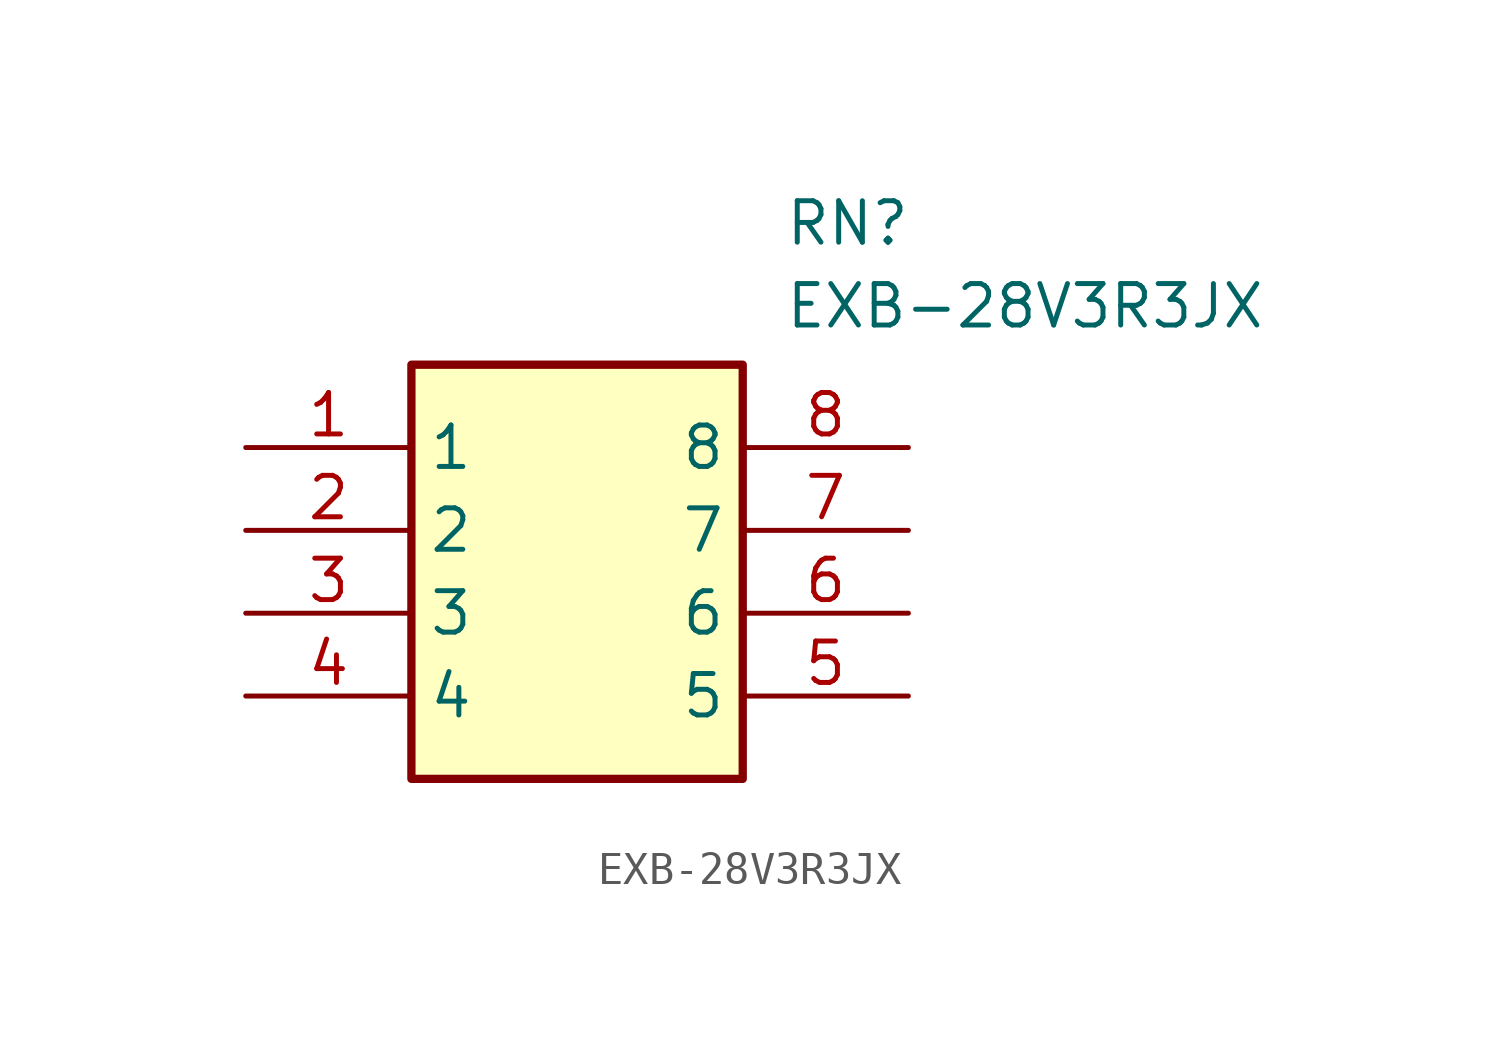
<source format=kicad_sym>
(kicad_symbol_lib
  (version 20211014)
  (generator SamacSys_ECAD_Model)
  (symbol "EXB-28V3R3JX"
    (property "Reference" "RN"
      (at 16.51 7.62 0)
      (effects (font (size 1.27 1.27)) (justify left top)))
    (property "Value" "EXB-28V3R3JX"
      (at 16.51 5.08 0)
      (effects (font (size 1.27 1.27)) (justify left top)))
    (rectangle
      (start 5.08 2.54)
      (end 15.24 -10.16)
      (stroke (width 0.254) (type default))
      (fill (type background)))
    (pin passive line
      (at 0 0 0)
      (length 5.08)
      (name "1" (effects (font (size 1.27 1.27))))
      (number "1" (effects (font (size 1.27 1.27)))))
    (pin passive line
      (at 0 -2.54 0)
      (length 5.08)
      (name "2" (effects (font (size 1.27 1.27))))
      (number "2" (effects (font (size 1.27 1.27)))))
    (pin passive line
      (at 0 -5.08 0)
      (length 5.08)
      (name "3" (effects (font (size 1.27 1.27))))
      (number "3" (effects (font (size 1.27 1.27)))))
    (pin passive line
      (at 0 -7.62 0)
      (length 5.08)
      (name "4" (effects (font (size 1.27 1.27))))
      (number "4" (effects (font (size 1.27 1.27)))))
    (pin passive line
      (at 20.32 -7.62 180)
      (length 5.08)
      (name "5" (effects (font (size 1.27 1.27))))
      (number "5" (effects (font (size 1.27 1.27)))))
    (pin passive line
      (at 20.32 -5.08 180)
      (length 5.08)
      (name "6" (effects (font (size 1.27 1.27))))
      (number "6" (effects (font (size 1.27 1.27)))))
    (pin passive line
      (at 20.32 -2.54 180)
      (length 5.08)
      (name "7" (effects (font (size 1.27 1.27))))
      (number "7" (effects (font (size 1.27 1.27)))))
    (pin passive line
      (at 20.32 0 180)
      (length 5.08)
      (name "8" (effects (font (size 1.27 1.27))))
      (number "8" (effects (font (size 1.27 1.27)))))))
</source>
